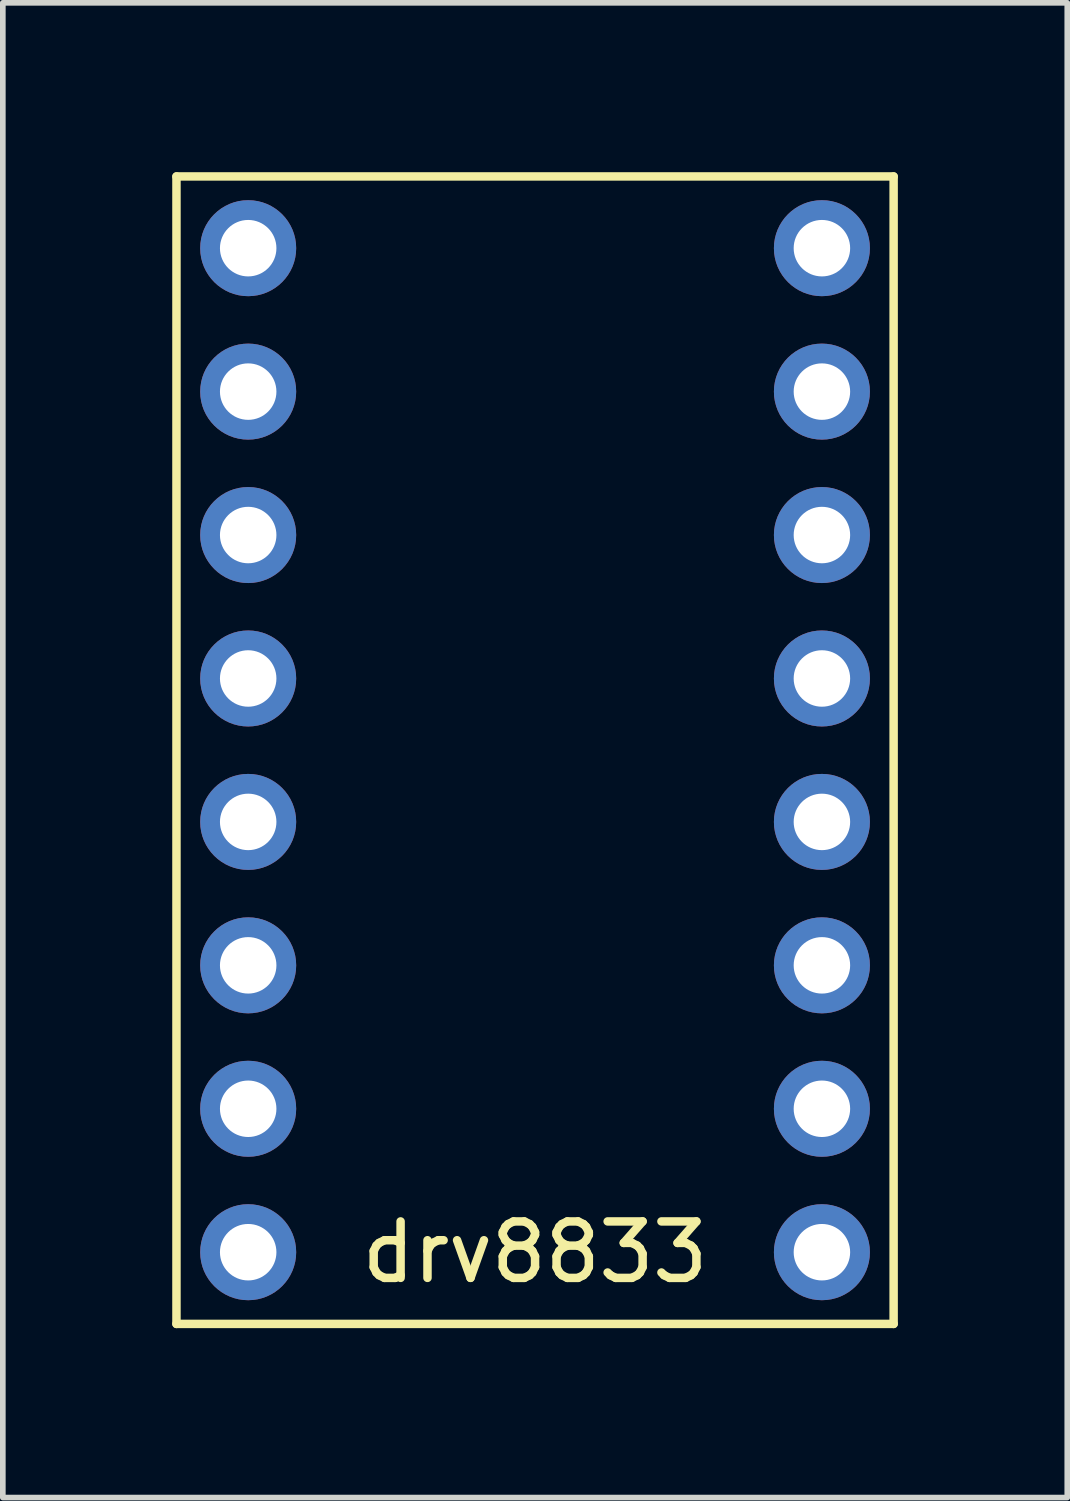
<source format=kicad_pcb>
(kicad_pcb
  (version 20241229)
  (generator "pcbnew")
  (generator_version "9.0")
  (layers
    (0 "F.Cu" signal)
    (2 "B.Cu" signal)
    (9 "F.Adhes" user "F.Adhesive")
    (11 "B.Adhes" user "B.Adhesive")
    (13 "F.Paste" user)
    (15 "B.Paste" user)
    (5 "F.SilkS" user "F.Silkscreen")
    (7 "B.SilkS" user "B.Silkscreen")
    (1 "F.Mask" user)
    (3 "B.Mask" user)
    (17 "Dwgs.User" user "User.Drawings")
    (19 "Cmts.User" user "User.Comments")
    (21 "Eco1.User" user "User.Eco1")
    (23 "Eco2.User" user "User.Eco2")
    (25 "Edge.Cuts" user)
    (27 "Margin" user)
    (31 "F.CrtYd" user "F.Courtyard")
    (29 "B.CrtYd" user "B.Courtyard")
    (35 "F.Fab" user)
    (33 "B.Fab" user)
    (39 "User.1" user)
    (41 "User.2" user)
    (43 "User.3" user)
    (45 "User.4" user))
  (footprint "drv8833"
    (layer "F.Cu")
    (at 6.425 8.965)
    (property "Reference" "drv8833" (at 0 10.16 0) (layer "F.SilkS") (effects (font (size 1 1) (thickness 0.15))))
    (attr through_hole)
    (fp_line (start -6.35 -8.89) (end 6.35 -8.89) (stroke (width 0.15) (type solid)) (layer "F.SilkS"))
    (fp_line (start -6.35 11.43) (end -6.35 -8.89) (stroke (width 0.15) (type solid)) (layer "F.SilkS"))
    (fp_line (start 6.35 -8.89) (end 6.35 11.43) (stroke (width 0.15) (type solid)) (layer "F.SilkS"))
    (fp_line (start 6.35 11.43) (end -6.35 11.43) (stroke (width 0.15) (type solid)) (layer "F.SilkS"))
    (pad "1" thru_hole circle (at -5.08 -7.62) (size 1.7 1.7) (drill 1) (layers "*.Cu" "*.Mask"))
    (pad "2" thru_hole circle (at -5.08 -5.08) (size 1.7 1.7) (drill 1) (layers "*.Cu" "*.Mask"))
    (pad "3" thru_hole circle (at -5.08 -2.54) (size 1.7 1.7) (drill 1) (layers "*.Cu" "*.Mask"))
    (pad "4" thru_hole circle (at -5.08 0) (size 1.7 1.7) (drill 1) (layers "*.Cu" "*.Mask"))
    (pad "5" thru_hole circle (at -5.08 2.54) (size 1.7 1.7) (drill 1) (layers "*.Cu" "*.Mask"))
    (pad "6" thru_hole circle (at -5.08 5.08) (size 1.7 1.7) (drill 1) (layers "*.Cu" "*.Mask"))
    (pad "7" thru_hole circle (at -5.08 7.62) (size 1.7 1.7) (drill 1) (layers "*.Cu" "*.Mask"))
    (pad "8" thru_hole circle (at -5.08 10.16) (size 1.7 1.7) (drill 1) (layers "*.Cu" "*.Mask"))
    (pad "9" thru_hole circle (at 5.08 10.16) (size 1.7 1.7) (drill 1) (layers "*.Cu" "*.Mask"))
    (pad "10" thru_hole circle (at 5.08 7.62) (size 1.7 1.7) (drill 1) (layers "*.Cu" "*.Mask"))
    (pad "11" thru_hole circle (at 5.08 5.08) (size 1.7 1.7) (drill 1) (layers "*.Cu" "*.Mask"))
    (pad "12" thru_hole circle (at 5.08 2.54) (size 1.7 1.7) (drill 1) (layers "*.Cu" "*.Mask"))
    (pad "13" thru_hole circle (at 5.08 0) (size 1.7 1.7) (drill 1) (layers "*.Cu" "*.Mask"))
    (pad "14" thru_hole circle (at 5.08 -2.54) (size 1.7 1.7) (drill 1) (layers "*.Cu" "*.Mask"))
    (pad "15" thru_hole circle (at 5.08 -5.08) (size 1.7 1.7) (drill 1) (layers "*.Cu" "*.Mask"))
    (pad "16" thru_hole circle (at 5.08 -7.62) (size 1.7 1.7) (drill 1) (layers "*.Cu" "*.Mask")))
  (gr_rect
    (start -3 -3)
    (end 15.85 23.47)
    (stroke (width 0.1) (type default))
    (fill no)
    (layer "Edge.Cuts")))
</source>
